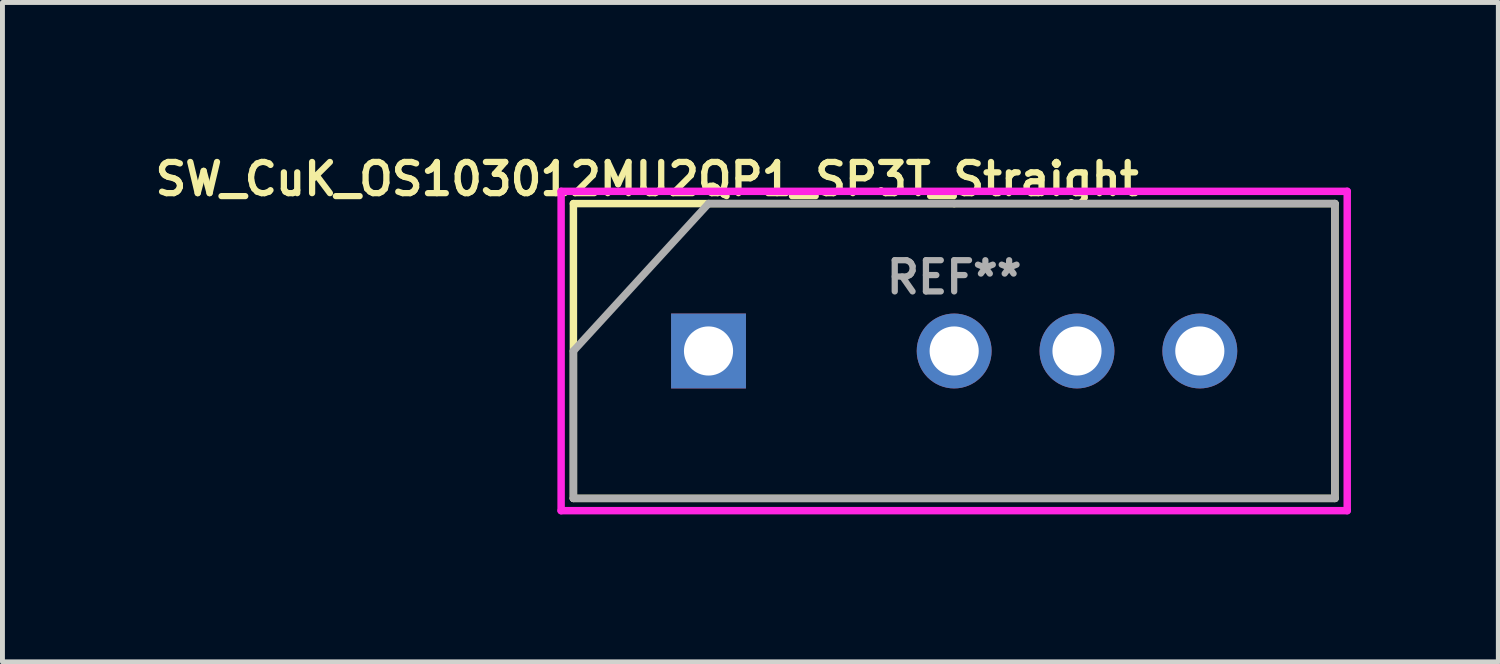
<source format=kicad_pcb>
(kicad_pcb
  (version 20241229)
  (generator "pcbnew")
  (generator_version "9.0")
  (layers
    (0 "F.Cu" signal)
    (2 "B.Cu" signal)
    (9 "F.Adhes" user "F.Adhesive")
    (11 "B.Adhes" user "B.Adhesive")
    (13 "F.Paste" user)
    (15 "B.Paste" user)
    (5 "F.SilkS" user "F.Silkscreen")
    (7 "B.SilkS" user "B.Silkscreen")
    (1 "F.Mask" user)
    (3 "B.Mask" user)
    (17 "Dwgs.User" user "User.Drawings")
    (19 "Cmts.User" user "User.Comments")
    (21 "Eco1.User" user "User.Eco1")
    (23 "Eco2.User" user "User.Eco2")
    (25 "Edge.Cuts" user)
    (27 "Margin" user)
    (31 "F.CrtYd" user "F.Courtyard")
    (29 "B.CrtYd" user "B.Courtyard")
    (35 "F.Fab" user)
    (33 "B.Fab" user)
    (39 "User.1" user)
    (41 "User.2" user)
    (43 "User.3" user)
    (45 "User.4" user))
  (footprint "SW_CuK_OS103012MU2QP1_SP3T_Straight"
    (layer "F.Cu")
    (at 16.371 4.094)
    (property "Reference" "SW_CuK_OS103012MU2QP1_SP3T_Straight" (at -6.25 -3.5 0) (layer "F.SilkS") (effects (font (size 0.635 0.635) (thickness 0.127))))
    (attr through_hole)
    (fp_line (start -7.75 -3) (end -7.75 3) (stroke (width 0.152) (type solid)) (layer "F.SilkS"))
    (fp_line (start -7.75 3) (end 7.75 3) (stroke (width 0.152) (type solid)) (layer "F.SilkS"))
    (fp_line (start 0 -3) (end -7.75 -3) (stroke (width 0.152) (type solid)) (layer "F.SilkS"))
    (fp_line (start 7.75 -3) (end 0 -3) (stroke (width 0.152) (type solid)) (layer "F.SilkS"))
    (fp_line (start 7.75 3) (end 7.75 -3) (stroke (width 0.152) (type solid)) (layer "F.SilkS"))
    (fp_line (start -8 -3.25) (end 8 -3.25) (stroke (width 0.152) (type solid)) (layer "F.CrtYd"))
    (fp_line (start -8 3.25) (end -8 -3.25) (stroke (width 0.152) (type solid)) (layer "F.CrtYd"))
    (fp_line (start 8 -3.25) (end 8 3.25) (stroke (width 0.152) (type solid)) (layer "F.CrtYd"))
    (fp_line (start 8 3.25) (end -8 3.25) (stroke (width 0.152) (type solid)) (layer "F.CrtYd"))
    (fp_line (start -7.75 0) (end -7.75 3) (stroke (width 0.152) (type solid)) (layer "F.Fab"))
    (fp_line (start -7.75 0) (end -5 -3) (stroke (width 0.152) (type solid)) (layer "F.Fab"))
    (fp_line (start -5 -3) (end 7.75 -3) (stroke (width 0.152) (type solid)) (layer "F.Fab"))
    (fp_line (start 7.75 -3) (end 7.75 3) (stroke (width 0.152) (type solid)) (layer "F.Fab"))
    (fp_line (start 7.75 3) (end -7.75 3) (stroke (width 0.152) (type solid)) (layer "F.Fab"))
    (fp_text user "REF**" (at 0 -1.5 0) (layer "F.Fab") (effects (font (size 0.635 0.635) (thickness 0.127))))
    (pad "1" thru_hole rect (at -5 0) (size 1.524 1.524) (drill 1) (layers "*.Cu" "*.Mask"))
    (pad "2" thru_hole circle (at 0 0) (size 1.524 1.524) (drill 1) (layers "*.Cu" "*.Mask"))
    (pad "3" thru_hole circle (at 2.5 0) (size 1.524 1.524) (drill 1) (layers "*.Cu" "*.Mask"))
    (pad "4" thru_hole circle (at 5 0) (size 1.524 1.524) (drill 1) (layers "*.Cu" "*.Mask")))
  (gr_rect
    (start -3 -3)
    (end 27.447 10.421)
    (stroke (width 0.1) (type default))
    (fill no)
    (layer "Edge.Cuts")))
</source>
